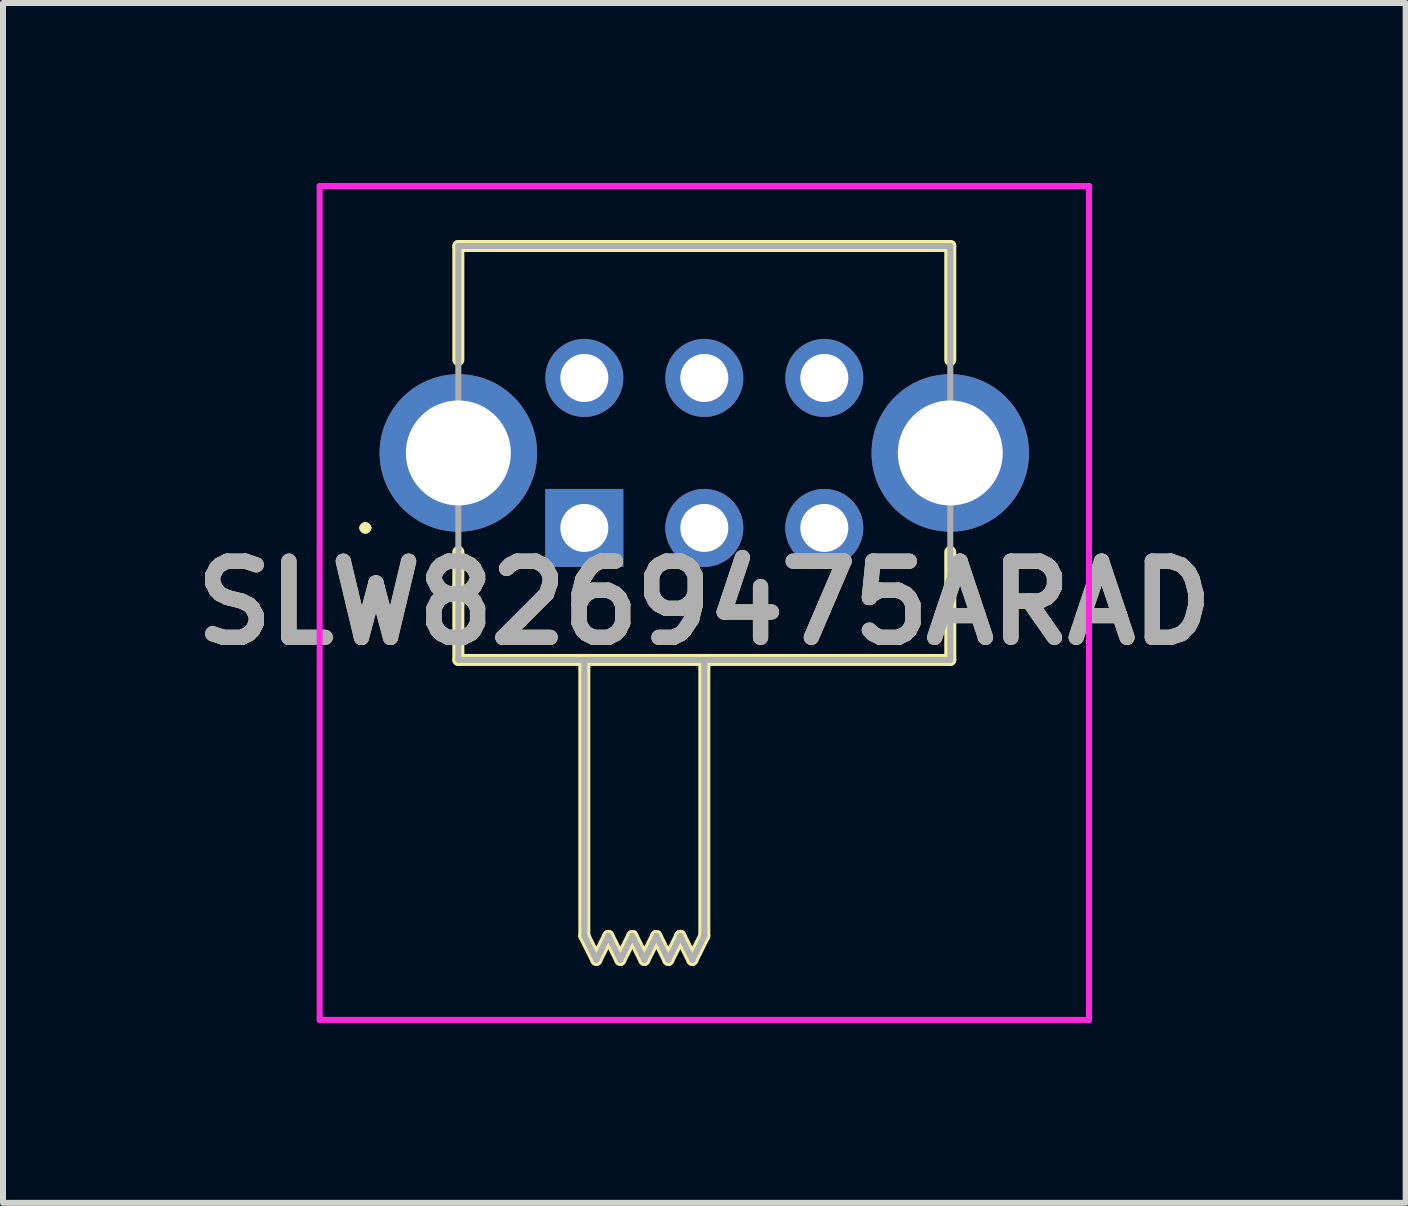
<source format=kicad_pcb>
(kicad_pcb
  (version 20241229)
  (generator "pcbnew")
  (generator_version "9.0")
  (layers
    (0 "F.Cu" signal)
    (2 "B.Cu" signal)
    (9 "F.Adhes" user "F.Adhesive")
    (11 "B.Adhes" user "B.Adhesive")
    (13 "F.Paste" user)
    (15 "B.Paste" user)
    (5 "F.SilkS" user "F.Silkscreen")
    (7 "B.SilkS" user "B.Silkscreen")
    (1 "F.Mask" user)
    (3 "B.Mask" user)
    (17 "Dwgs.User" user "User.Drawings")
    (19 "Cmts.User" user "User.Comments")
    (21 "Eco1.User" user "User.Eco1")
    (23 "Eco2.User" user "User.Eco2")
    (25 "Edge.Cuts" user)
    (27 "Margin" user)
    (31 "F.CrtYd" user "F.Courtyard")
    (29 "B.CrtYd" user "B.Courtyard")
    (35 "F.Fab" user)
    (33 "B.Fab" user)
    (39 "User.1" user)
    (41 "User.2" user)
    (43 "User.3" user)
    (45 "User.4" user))
  (footprint "SLW8269475ARAD"
    (layer "F.Cu")
    (at 6.69 5.75)
    (property "Reference" "SLW8269475ARAD" (at 2 1.25 0) (layer "F.SilkS") (effects (font (size 1.27 1.27) (thickness 0.254))))
    (attr through_hole)
    (fp_line (start -3.7 0) (end -3.7 0) (stroke (width 0.1) (type solid)) (layer "F.SilkS"))
    (fp_line (start -3.6 0) (end -3.6 0) (stroke (width 0.1) (type solid)) (layer "F.SilkS"))
    (fp_line (start -2.1 -4.7) (end 6.1 -4.7) (stroke (width 0.2) (type solid)) (layer "F.SilkS"))
    (fp_line (start -2.1 -2.8) (end -2.1 -4.7) (stroke (width 0.2) (type solid)) (layer "F.SilkS"))
    (fp_line (start -2.1 0.4) (end -2.1 2.2) (stroke (width 0.2) (type solid)) (layer "F.SilkS"))
    (fp_line (start -2.1 2.2) (end 6.1 2.2) (stroke (width 0.2) (type solid)) (layer "F.SilkS"))
    (fp_line (start 0 6.8) (end 0 2.2) (stroke (width 0.2) (type solid)) (layer "F.SilkS"))
    (fp_line (start 0.2 7.2) (end 0 6.8) (stroke (width 0.2) (type solid)) (layer "F.SilkS"))
    (fp_line (start 0.4 6.8) (end 0.2 7.2) (stroke (width 0.2) (type solid)) (layer "F.SilkS"))
    (fp_line (start 0.6 7.2) (end 0.4 6.8) (stroke (width 0.2) (type solid)) (layer "F.SilkS"))
    (fp_line (start 0.8 6.8) (end 0.6 7.2) (stroke (width 0.2) (type solid)) (layer "F.SilkS"))
    (fp_line (start 1 7.2) (end 0.8 6.8) (stroke (width 0.2) (type solid)) (layer "F.SilkS"))
    (fp_line (start 1.2 6.8) (end 1 7.2) (stroke (width 0.2) (type solid)) (layer "F.SilkS"))
    (fp_line (start 1.4 7.2) (end 1.2 6.8) (stroke (width 0.2) (type solid)) (layer "F.SilkS"))
    (fp_line (start 1.6 6.8) (end 1.4 7.2) (stroke (width 0.2) (type solid)) (layer "F.SilkS"))
    (fp_line (start 1.6 6.8) (end 1.6 6.8) (stroke (width 0.2) (type solid)) (layer "F.SilkS"))
    (fp_line (start 1.8 7.2) (end 1.6 6.8) (stroke (width 0.2) (type solid)) (layer "F.SilkS"))
    (fp_line (start 2 2.2) (end 2 6.8) (stroke (width 0.2) (type solid)) (layer "F.SilkS"))
    (fp_line (start 2 6.8) (end 1.8 7.2) (stroke (width 0.2) (type solid)) (layer "F.SilkS"))
    (fp_line (start 6.1 -4.7) (end 6.1 -2.8) (stroke (width 0.2) (type solid)) (layer "F.SilkS"))
    (fp_line (start 6.1 2.2) (end 6.1 0.4) (stroke (width 0.2) (type solid)) (layer "F.SilkS"))
    (fp_arc (start -3.7 0) (mid -3.65 -0.05) (end -3.6 0) (stroke (width 0.1) (type solid)) (layer "F.SilkS"))
    (fp_arc (start -3.6 0) (mid -3.65 0.05) (end -3.7 0) (stroke (width 0.1) (type solid)) (layer "F.SilkS"))
    (fp_line (start -4.412 -5.7) (end 8.412 -5.7) (stroke (width 0.1) (type solid)) (layer "F.CrtYd"))
    (fp_line (start -4.412 8.2) (end -4.412 -5.7) (stroke (width 0.1) (type solid)) (layer "F.CrtYd"))
    (fp_line (start 8.412 -5.7) (end 8.412 8.2) (stroke (width 0.1) (type solid)) (layer "F.CrtYd"))
    (fp_line (start 8.412 8.2) (end -4.412 8.2) (stroke (width 0.1) (type solid)) (layer "F.CrtYd"))
    (fp_line (start -2.1 -4.7) (end 6.1 -4.7) (stroke (width 0.1) (type solid)) (layer "F.Fab"))
    (fp_line (start -2.1 2.2) (end -2.1 -4.7) (stroke (width 0.1) (type solid)) (layer "F.Fab"))
    (fp_line (start 0 6.8) (end 0 2.2) (stroke (width 0.1) (type solid)) (layer "F.Fab"))
    (fp_line (start 0.2 7.2) (end 0 6.8) (stroke (width 0.1) (type solid)) (layer "F.Fab"))
    (fp_line (start 0.4 6.8) (end 0.2 7.2) (stroke (width 0.1) (type solid)) (layer "F.Fab"))
    (fp_line (start 0.6 7.2) (end 0.4 6.8) (stroke (width 0.1) (type solid)) (layer "F.Fab"))
    (fp_line (start 0.8 6.8) (end 0.6 7.2) (stroke (width 0.1) (type solid)) (layer "F.Fab"))
    (fp_line (start 1 7.2) (end 0.8 6.8) (stroke (width 0.1) (type solid)) (layer "F.Fab"))
    (fp_line (start 1.2 6.8) (end 1 7.2) (stroke (width 0.1) (type solid)) (layer "F.Fab"))
    (fp_line (start 1.4 7.2) (end 1.2 6.8) (stroke (width 0.1) (type solid)) (layer "F.Fab"))
    (fp_line (start 1.6 6.8) (end 1.4 7.2) (stroke (width 0.1) (type solid)) (layer "F.Fab"))
    (fp_line (start 1.8 7.2) (end 1.6 6.8) (stroke (width 0.1) (type solid)) (layer "F.Fab"))
    (fp_line (start 2 2.2) (end 2 6.8) (stroke (width 0.1) (type solid)) (layer "F.Fab"))
    (fp_line (start 2 6.8) (end 1.8 7.2) (stroke (width 0.1) (type solid)) (layer "F.Fab"))
    (fp_line (start 6.1 -4.7) (end 6.1 2.2) (stroke (width 0.1) (type solid)) (layer "F.Fab"))
    (fp_line (start 6.1 2.2) (end -2.1 2.2) (stroke (width 0.1) (type solid)) (layer "F.Fab"))
    (fp_text user "${REFERENCE}" (at 2 1.25 0) (layer "F.Fab") (effects (font (size 1.27 1.27) (thickness 0.254))))
    (pad "1" thru_hole rect (at 0 0) (size 1.3 1.3) (drill 0.8) (layers "*.Cu" "*.Mask"))
    (pad "2" thru_hole circle (at 2 0) (size 1.3 1.3) (drill 0.8) (layers "*.Cu" "*.Mask"))
    (pad "3" thru_hole circle (at 4 0) (size 1.3 1.3) (drill 0.8) (layers "*.Cu" "*.Mask"))
    (pad "4" thru_hole circle (at 0 -2.5) (size 1.3 1.3) (drill 0.8) (layers "*.Cu" "*.Mask"))
    (pad "5" thru_hole circle (at 2 -2.5) (size 1.3 1.3) (drill 0.8) (layers "*.Cu" "*.Mask"))
    (pad "6" thru_hole circle (at 4 -2.5) (size 1.3 1.3) (drill 0.8) (layers "*.Cu" "*.Mask"))
    (pad "MH1" thru_hole circle (at -2.1 -1.25) (size 2.625 2.625) (drill 1.75) (layers "*.Cu" "*.Mask"))
    (pad "MH2" thru_hole circle (at 6.1 -1.25) (size 2.625 2.625) (drill 1.75) (layers "*.Cu" "*.Mask")))
  (gr_rect
    (start -3 -3)
    (end 20.381 17)
    (stroke (width 0.1) (type default))
    (fill no)
    (layer "Edge.Cuts")))
</source>
